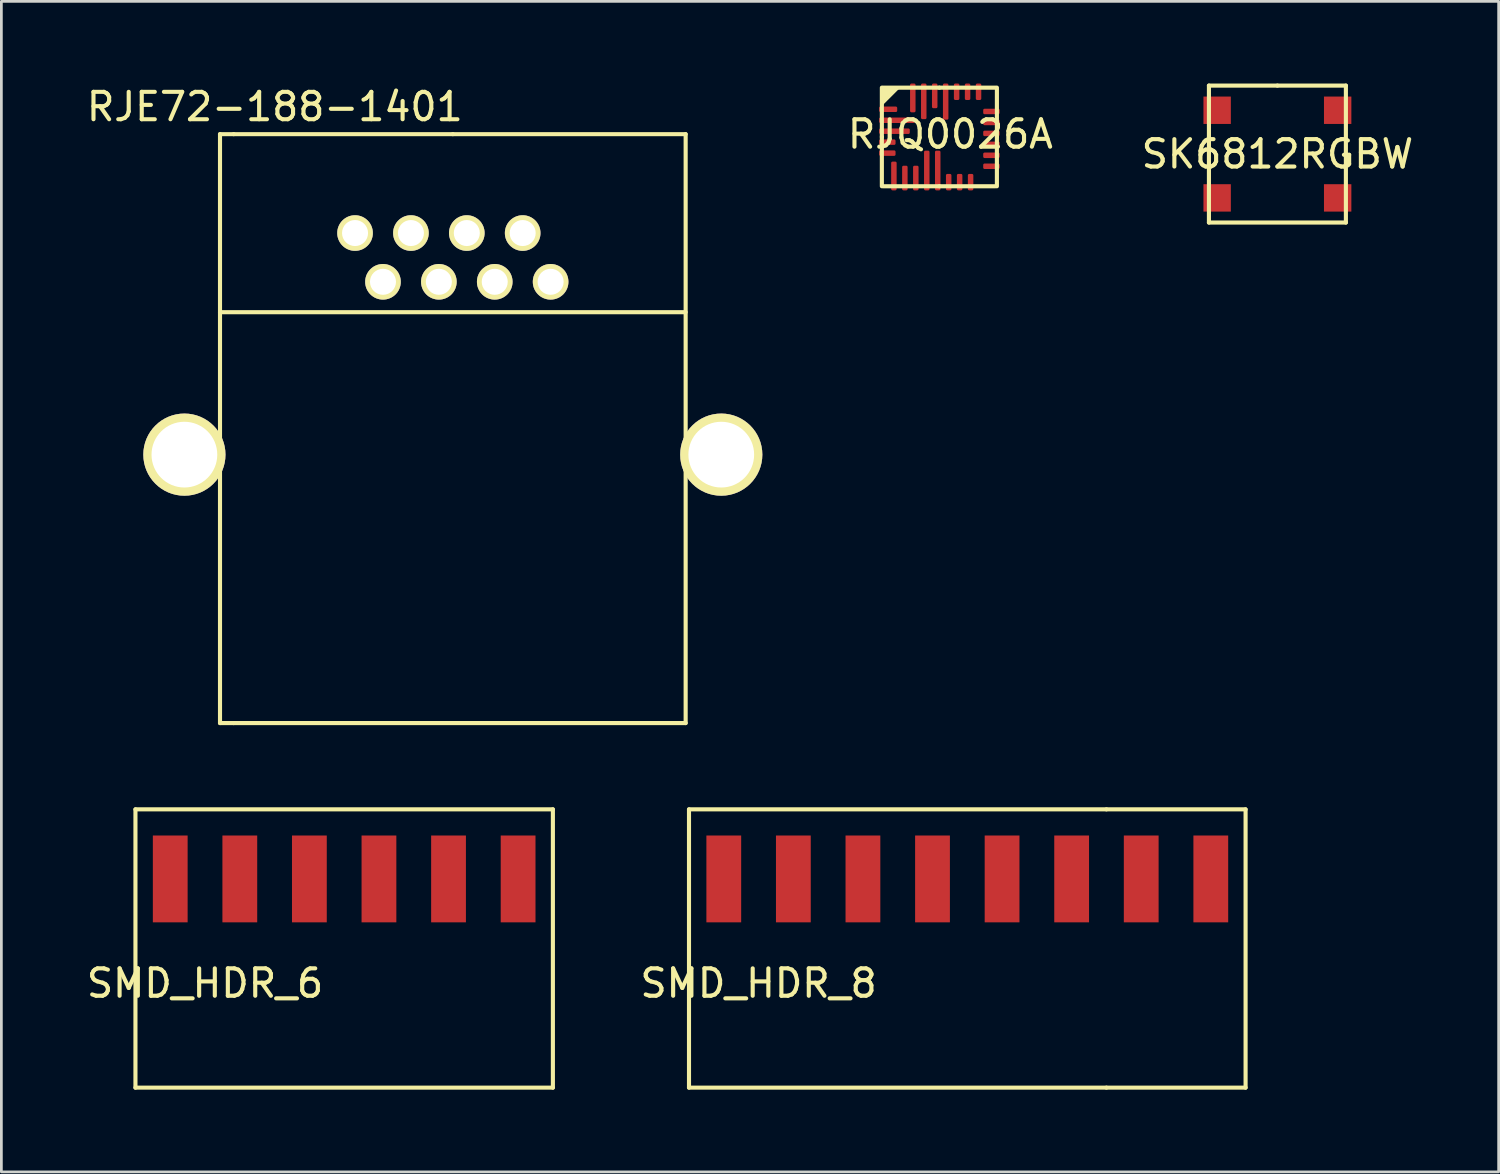
<source format=kicad_pcb>
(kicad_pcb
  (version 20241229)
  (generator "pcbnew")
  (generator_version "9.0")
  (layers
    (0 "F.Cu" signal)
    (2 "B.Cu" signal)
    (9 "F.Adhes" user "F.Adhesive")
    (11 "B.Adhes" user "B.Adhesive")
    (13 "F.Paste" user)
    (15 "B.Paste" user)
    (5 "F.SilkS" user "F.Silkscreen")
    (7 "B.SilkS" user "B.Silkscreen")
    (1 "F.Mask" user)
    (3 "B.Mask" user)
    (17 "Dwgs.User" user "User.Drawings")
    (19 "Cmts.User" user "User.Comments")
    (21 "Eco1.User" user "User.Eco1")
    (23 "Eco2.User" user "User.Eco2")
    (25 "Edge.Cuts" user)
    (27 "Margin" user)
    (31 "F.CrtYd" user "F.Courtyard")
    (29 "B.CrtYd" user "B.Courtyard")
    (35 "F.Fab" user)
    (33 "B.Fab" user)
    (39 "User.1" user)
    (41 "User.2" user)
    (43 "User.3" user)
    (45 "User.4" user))
  (footprint "RJQ0026A"
    (layer "F.Cu")
    (at 31.245 1.95)
    (property "Reference" "RJQ0026A" (at 0.4 -0.1 0) (layer "F.SilkS") (effects (font (size 1 1) (thickness 0.15))))
    (attr through_hole)
    (fp_line (start -2.1 0) (end -2.1 -1.8) (stroke (width 0.15) (type solid)) (layer "F.SilkS"))
    (fp_line (start -2.1 0) (end -2.1 1.8) (stroke (width 0.15) (type solid)) (layer "F.SilkS"))
    (fp_line (start -2.05 -1.8) (end 0 -1.8) (stroke (width 0.15) (type solid)) (layer "F.SilkS"))
    (fp_line (start -2.05 1.8) (end 0 1.8) (stroke (width 0.15) (type solid)) (layer "F.SilkS"))
    (fp_line (start 2.05 -1.8) (end 0 -1.8) (stroke (width 0.15) (type solid)) (layer "F.SilkS"))
    (fp_line (start 2.05 1.8) (end 0 1.8) (stroke (width 0.15) (type solid)) (layer "F.SilkS"))
    (fp_line (start 2.1 0) (end 2.1 -1.8) (stroke (width 0.15) (type solid)) (layer "F.SilkS"))
    (fp_line (start 2.1 0) (end 2.1 1.8) (stroke (width 0.15) (type solid)) (layer "F.SilkS"))
    (fp_poly (pts (xy -2.1 -1.2) (xy -1.5 -1.8) (xy -2.1 -1.8)) (stroke (width 0.1) (type solid)) (fill yes) (layer "F.SilkS"))
    (pad "1" smd roundrect (at -1.87 -1.01) (size 0.66 0.2) (layers "F.Cu" "F.Mask" "F.Paste") (roundrect_rratio 0.25))
    (pad "2" smd roundrect (at -1.55 -0.61) (size 1.3 0.2) (layers "F.Cu" "F.Mask" "F.Paste") (roundrect_rratio 0.25))
    (pad "3" smd roundrect (at -1.64 -0.21) (size 1.12 0.2) (layers "F.Cu" "F.Mask" "F.Paste") (roundrect_rratio 0.25))
    (pad "4" smd roundrect (at -1.9 0.19) (size 0.6 0.2) (layers "F.Cu" "F.Mask" "F.Paste") (roundrect_rratio 0.25))
    (pad "5" smd roundrect (at -1.9 0.59) (size 0.6 0.2) (layers "F.Cu" "F.Mask" "F.Paste") (roundrect_rratio 0.25))
    (pad "6" smd roundrect (at -1.66 1.425 90) (size 1.05 0.2) (layers "F.Cu" "F.Mask" "F.Paste") (roundrect_rratio 0.25))
    (pad "7" smd roundrect (at -1.26 1.5 90) (size 0.9 0.2) (layers "F.Cu" "F.Mask" "F.Paste") (roundrect_rratio 0.25))
    (pad "8" smd roundrect (at -0.86 1.5 90) (size 0.9 0.2) (layers "F.Cu" "F.Mask" "F.Paste") (roundrect_rratio 0.25))
    (pad "9" smd roundrect (at -0.46 1.225 90) (size 1.45 0.2) (layers "F.Cu" "F.Mask" "F.Paste") (roundrect_rratio 0.25))
    (pad "10" smd roundrect (at -0.06 1.225 90) (size 1.45 0.2) (layers "F.Cu" "F.Mask" "F.Paste") (roundrect_rratio 0.25))
    (pad "11" smd roundrect (at 0.34 1.65 90) (size 0.6 0.2) (layers "F.Cu" "F.Mask" "F.Paste") (roundrect_rratio 0.25))
    (pad "12" smd roundrect (at 0.74 1.65 90) (size 0.6 0.2) (layers "F.Cu" "F.Mask" "F.Paste") (roundrect_rratio 0.25))
    (pad "13" smd roundrect (at 1.14 1.65 90) (size 0.6 0.2) (layers "F.Cu" "F.Mask" "F.Paste") (roundrect_rratio 0.25))
    (pad "14" smd roundrect (at 1.9 1.07 180) (size 0.6 0.2) (layers "F.Cu" "F.Mask" "F.Paste") (roundrect_rratio 0.25))
    (pad "15" smd roundrect (at 1.9 0.67 180) (size 0.6 0.2) (layers "F.Cu" "F.Mask" "F.Paste") (roundrect_rratio 0.25))
    (pad "16" smd roundrect (at 1.9 0.27 180) (size 0.6 0.2) (layers "F.Cu" "F.Mask" "F.Paste") (roundrect_rratio 0.25))
    (pad "17" smd roundrect (at 1.9 -0.13 180) (size 0.6 0.2) (layers "F.Cu" "F.Mask" "F.Paste") (roundrect_rratio 0.25))
    (pad "18" smd roundrect (at 1.9 -0.53 180) (size 0.6 0.2) (layers "F.Cu" "F.Mask" "F.Paste") (roundrect_rratio 0.25))
    (pad "19" smd roundrect (at 1.9 -0.93 180) (size 0.6 0.2) (layers "F.Cu" "F.Mask" "F.Paste") (roundrect_rratio 0.25))
    (pad "20" smd roundrect (at 1.43 -1.65 270) (size 0.6 0.2) (layers "F.Cu" "F.Mask" "F.Paste") (roundrect_rratio 0.25))
    (pad "21" smd roundrect (at 1.03 -1.65 270) (size 0.6 0.2) (layers "F.Cu" "F.Mask" "F.Paste") (roundrect_rratio 0.25))
    (pad "22" smd roundrect (at 0.63 -1.65 270) (size 0.6 0.2) (layers "F.Cu" "F.Mask" "F.Paste") (roundrect_rratio 0.25))
    (pad "23" smd roundrect (at 0.23 -1.29 270) (size 1.32 0.2) (layers "F.Cu" "F.Mask" "F.Paste") (roundrect_rratio 0.25))
    (pad "24" smd roundrect (at -0.17 -1.5 270) (size 0.9 0.2) (layers "F.Cu" "F.Mask" "F.Paste") (roundrect_rratio 0.25))
    (pad "25" smd roundrect (at -0.57 -1.3 270) (size 1.3 0.2) (layers "F.Cu" "F.Mask" "F.Paste") (roundrect_rratio 0.25))
    (pad "26" smd roundrect (at -0.97 -1.425 270) (size 1.05 0.2) (layers "F.Cu" "F.Mask" "F.Paste") (roundrect_rratio 0.25)))
  (footprint "SK6812RGBW"
    (layer "F.Cu")
    (at 43.586 2.575)
    (property "Reference" "SK6812RGBW" (at 0 0 0) (layer "F.SilkS") (effects (font (size 1 1) (thickness 0.15))))
    (attr through_hole)
    (fp_line (start -2.5 -2.5) (end 0 -2.5) (stroke (width 0.15) (type solid)) (layer "F.SilkS"))
    (fp_line (start -2.5 2.5) (end -2.5 -2.5) (stroke (width 0.15) (type solid)) (layer "F.SilkS"))
    (fp_line (start 0 -2.5) (end 2.5 -2.5) (stroke (width 0.15) (type solid)) (layer "F.SilkS"))
    (fp_line (start 2.5 -2.5) (end 2.5 2.5) (stroke (width 0.15) (type solid)) (layer "F.SilkS"))
    (fp_line (start 2.5 2.5) (end -2.5 2.5) (stroke (width 0.15) (type solid)) (layer "F.SilkS"))
    (pad "1" smd rect (at -2.2 -1.6) (size 1 1) (layers "F.Cu" "F.Mask" "F.Paste"))
    (pad "2" smd rect (at -2.2 1.6) (size 1 1) (layers "F.Cu" "F.Mask" "F.Paste"))
    (pad "3" smd rect (at 2.2 1.6) (size 1 1) (layers "F.Cu" "F.Mask" "F.Paste"))
    (pad "4" smd rect (at 2.2 -1.6) (size 1 1) (layers "F.Cu" "F.Mask" "F.Paste")))
  (footprint "SMD_HDR_6"
    (layer "F.Cu")
    (at 9.515 29.038)
    (property "Reference" "SMD_HDR_6" (at -5.08 3.81 0) (layer "F.SilkS") (effects (font (size 1 1) (thickness 0.15))))
    (attr through_hole)
    (fp_line (start -7.62 -2.54) (end -7.62 7.62) (stroke (width 0.15) (type solid)) (layer "F.SilkS"))
    (fp_line (start -7.62 7.62) (end 7.62 7.62) (stroke (width 0.15) (type solid)) (layer "F.SilkS"))
    (fp_line (start 7.62 -2.54) (end -7.62 -2.54) (stroke (width 0.15) (type solid)) (layer "F.SilkS"))
    (fp_line (start 7.62 7.62) (end 7.62 -2.54) (stroke (width 0.15) (type solid)) (layer "F.SilkS"))
    (pad "1" smd rect (at -6.35 0) (size 1.27 3.17) (layers "F.Cu" "F.Mask" "F.Paste"))
    (pad "2" smd rect (at -3.81 0) (size 1.27 3.17) (layers "F.Cu" "F.Mask" "F.Paste"))
    (pad "3" smd rect (at -1.27 0) (size 1.27 3.17) (layers "F.Cu" "F.Mask" "F.Paste"))
    (pad "4" smd rect (at 1.27 0) (size 1.27 3.17) (layers "F.Cu" "F.Mask" "F.Paste"))
    (pad "5" smd rect (at 3.81 0) (size 1.27 3.17) (layers "F.Cu" "F.Mask" "F.Paste"))
    (pad "6" smd rect (at 6.35 0) (size 1.27 3.17) (layers "F.Cu" "F.Mask" "F.Paste")))
  (footprint "RJE72-188-1401"
    (layer "F.Cu")
    (at 13.482 6.348)
    (property "Reference" "RJE72-188-1401" (at -6.5 -5.5 0) (layer "F.SilkS") (effects (font (size 1 1) (thickness 0.15))))
    (attr through_hole)
    (fp_line (start -8.5 -4.5) (end -8.5 17) (stroke (width 0.15) (type solid)) (layer "F.SilkS"))
    (fp_line (start -8.5 2) (end 8.5 2) (stroke (width 0.15) (type solid)) (layer "F.SilkS"))
    (fp_line (start -8 -4.5) (end -8.5 -4.5) (stroke (width 0.15) (type solid)) (layer "F.SilkS"))
    (fp_line (start -8 17) (end -8.5 17) (stroke (width 0.15) (type solid)) (layer "F.SilkS"))
    (fp_line (start -8 17) (end 8.5 17) (stroke (width 0.15) (type solid)) (layer "F.SilkS"))
    (fp_line (start 0 -4.5) (end -8 -4.5) (stroke (width 0.15) (type solid)) (layer "F.SilkS"))
    (fp_line (start 0 -4.5) (end 8.5 -4.5) (stroke (width 0.15) (type solid)) (layer "F.SilkS"))
    (fp_line (start 8.5 17) (end 8.5 -4.5) (stroke (width 0.15) (type solid)) (layer "F.SilkS"))
    (pad "1" thru_hole circle (at 3.57 0.89) (size 1.3 1.3) (drill 0.95) (layers "*.Cu" "*.Mask" "F.SilkS"))
    (pad "2" thru_hole circle (at 2.55 -0.89) (size 1.3 1.3) (drill 0.95) (layers "*.Cu" "*.Mask" "F.SilkS"))
    (pad "3" thru_hole circle (at 1.53 0.89) (size 1.3 1.3) (drill 0.95) (layers "*.Cu" "*.Mask" "F.SilkS"))
    (pad "4" thru_hole circle (at 0.51 -0.89) (size 1.3 1.3) (drill 0.95) (layers "*.Cu" "*.Mask" "F.SilkS"))
    (pad "5" thru_hole circle (at -0.51 0.89) (size 1.3 1.3) (drill 0.95) (layers "*.Cu" "*.Mask" "F.SilkS"))
    (pad "6" thru_hole circle (at -1.53 -0.89) (size 1.3 1.3) (drill 0.95) (layers "*.Cu" "*.Mask" "F.SilkS"))
    (pad "7" thru_hole circle (at -2.55 0.89) (size 1.3 1.3) (drill 0.95) (layers "*.Cu" "*.Mask" "F.SilkS"))
    (pad "8" thru_hole circle (at -3.57 -0.89) (size 1.3 1.3) (drill 0.95) (layers "*.Cu" "*.Mask" "F.SilkS"))
    (pad "9" thru_hole circle (at 9.8 7.2) (size 3 3) (drill 2.4) (layers "*.Cu" "*.Mask" "F.SilkS"))
    (pad "10" thru_hole circle (at -9.8 7.2) (size 3 3) (drill 2.4) (layers "*.Cu" "*.Mask" "F.SilkS")))
  (footprint "SMD_HDR_8"
    (layer "F.Cu")
    (at 32.264 29.038)
    (property "Reference" "SMD_HDR_8" (at -7.62 3.81 0) (layer "F.SilkS") (effects (font (size 1 1) (thickness 0.15))))
    (attr through_hole)
    (fp_line (start -10.16 -2.54) (end -10.16 7.62) (stroke (width 0.15) (type solid)) (layer "F.SilkS"))
    (fp_line (start -10.16 7.62) (end 5.08 7.62) (stroke (width 0.15) (type solid)) (layer "F.SilkS"))
    (fp_line (start 5.08 -2.54) (end -10.16 -2.54) (stroke (width 0.15) (type solid)) (layer "F.SilkS"))
    (fp_line (start 5.08 7.62) (end 10.16 7.62) (stroke (width 0.15) (type solid)) (layer "F.SilkS"))
    (fp_line (start 10.16 -2.54) (end 5.08 -2.54) (stroke (width 0.15) (type solid)) (layer "F.SilkS"))
    (fp_line (start 10.16 7.62) (end 10.16 -2.54) (stroke (width 0.15) (type solid)) (layer "F.SilkS"))
    (pad "1" smd rect (at -8.89 0) (size 1.27 3.17) (layers "F.Cu" "F.Mask" "F.Paste"))
    (pad "2" smd rect (at -6.35 0) (size 1.27 3.17) (layers "F.Cu" "F.Mask" "F.Paste"))
    (pad "3" smd rect (at -3.81 0) (size 1.27 3.17) (layers "F.Cu" "F.Mask" "F.Paste"))
    (pad "4" smd rect (at -1.27 0) (size 1.27 3.17) (layers "F.Cu" "F.Mask" "F.Paste"))
    (pad "5" smd rect (at 1.27 0) (size 1.27 3.17) (layers "F.Cu" "F.Mask" "F.Paste"))
    (pad "6" smd rect (at 3.81 0) (size 1.27 3.17) (layers "F.Cu" "F.Mask" "F.Paste"))
    (pad "7" smd rect (at 6.35 0) (size 1.27 3.17) (layers "F.Cu" "F.Mask" "F.Paste"))
    (pad "8" smd rect (at 8.89 0) (size 1.27 3.17) (layers "F.Cu" "F.Mask" "F.Paste")))
  (gr_rect
    (start -3 -3)
    (end 51.663 39.733)
    (stroke (width 0.1) (type default))
    (fill no)
    (layer "Edge.Cuts")))
</source>
